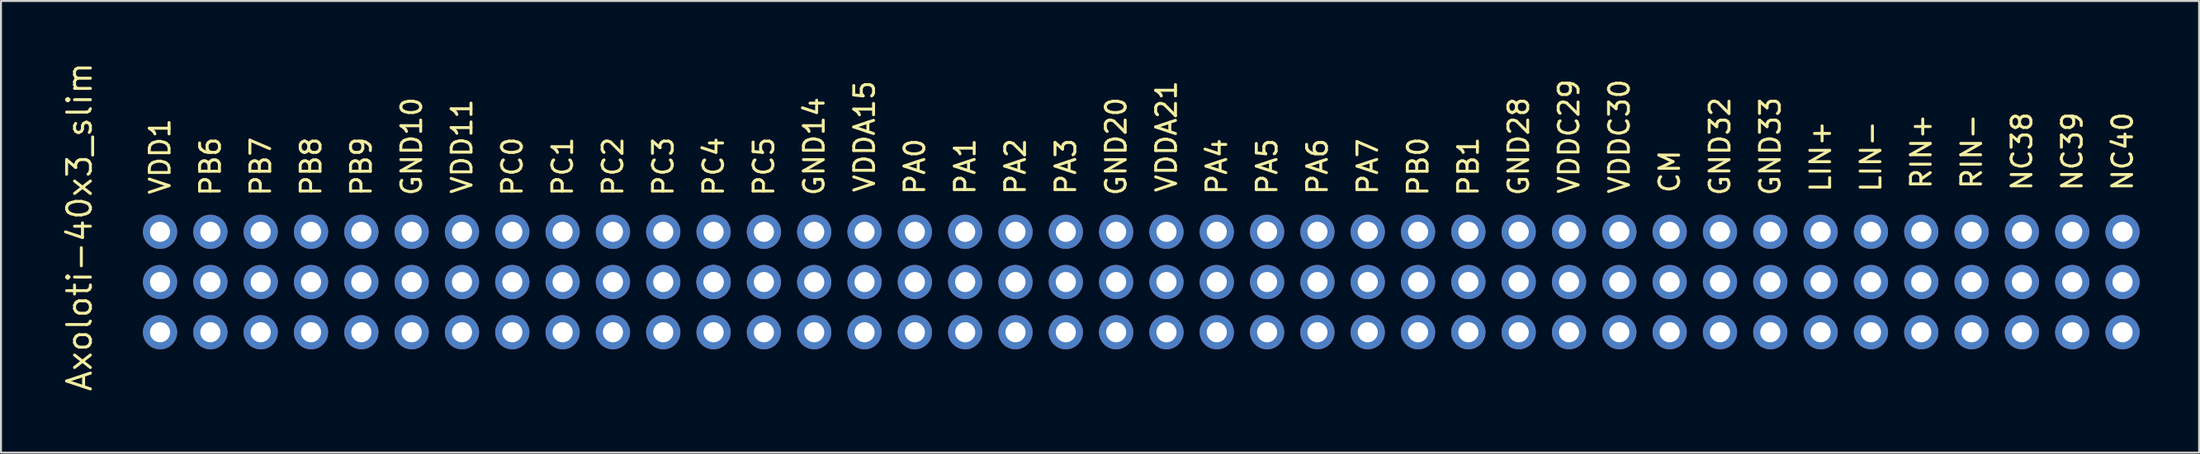
<source format=kicad_pcb>
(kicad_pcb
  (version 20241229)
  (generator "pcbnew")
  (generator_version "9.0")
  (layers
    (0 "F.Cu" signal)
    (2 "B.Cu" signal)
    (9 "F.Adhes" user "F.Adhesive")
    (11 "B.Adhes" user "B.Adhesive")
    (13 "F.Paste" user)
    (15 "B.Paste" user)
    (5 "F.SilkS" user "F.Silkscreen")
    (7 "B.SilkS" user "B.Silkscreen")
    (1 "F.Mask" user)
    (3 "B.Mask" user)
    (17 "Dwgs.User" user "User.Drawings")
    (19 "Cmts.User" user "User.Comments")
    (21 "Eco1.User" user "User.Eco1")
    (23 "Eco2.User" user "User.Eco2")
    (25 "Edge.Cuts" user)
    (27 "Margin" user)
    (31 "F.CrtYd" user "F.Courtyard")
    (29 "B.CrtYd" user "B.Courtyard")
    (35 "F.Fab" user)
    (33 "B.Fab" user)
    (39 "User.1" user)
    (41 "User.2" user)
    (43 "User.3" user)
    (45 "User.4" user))
  (footprint "Axoloti-40x3_slim"
    (layer "F.Cu")
    (at 5.029 11.213)
    (property "Reference" "Axoloti-40x3_slim" (at -4.064 -2.794 90) (layer "F.SilkS") (effects (font (size 1.2 1.2) (thickness 0.15))))
    (attr through_hole)
    (fp_text user "GND32" (at 78.74 -6.858 90) (layer "F.SilkS") (effects (font (size 1 1) (thickness 0.15))))
    (fp_text user "PC0" (at 17.78 -5.842 90) (layer "F.SilkS") (effects (font (size 1 1) (thickness 0.15))))
    (fp_text user "NC39" (at 96.52 -6.604 90) (layer "F.SilkS") (effects (font (size 1 1) (thickness 0.15))))
    (fp_text user "PA1" (at 40.64 -5.842 90) (layer "F.SilkS") (effects (font (size 1 1) (thickness 0.15))))
    (fp_text user "VDD1" (at 0 -6.35 90) (layer "F.SilkS") (effects (font (size 1 1) (thickness 0.15))))
    (fp_text user "VDDC29" (at 71.12 -7.366 90) (layer "F.SilkS") (effects (font (size 1 1) (thickness 0.15))))
    (fp_text user "PB8" (at 7.62 -5.842 90) (layer "F.SilkS") (effects (font (size 1 1) (thickness 0.15))))
    (fp_text user "PC1" (at 20.32 -5.842 90) (layer "F.SilkS") (effects (font (size 1 1) (thickness 0.15))))
    (fp_text user "LIN-" (at 86.36 -6.35 90) (layer "F.SilkS") (effects (font (size 1 1) (thickness 0.15))))
    (fp_text user "PB7" (at 5.08 -5.842 90) (layer "F.SilkS") (effects (font (size 1 1) (thickness 0.15))))
    (fp_text user "VDD11" (at 15.24 -6.858 90) (layer "F.SilkS") (effects (font (size 1 1) (thickness 0.15))))
    (fp_text user "VDDA15" (at 35.56 -7.366 90) (layer "F.SilkS") (effects (font (size 1 1) (thickness 0.15))))
    (fp_text user "RIN+" (at 88.9 -6.604 90) (layer "F.SilkS") (effects (font (size 1 1) (thickness 0.15))))
    (fp_text user "PB6" (at 2.54 -5.842 90) (layer "F.SilkS") (effects (font (size 1 1) (thickness 0.15))))
    (fp_text user "PC3" (at 25.4 -5.842 90) (layer "F.SilkS") (effects (font (size 1 1) (thickness 0.15))))
    (fp_text user "LIN+" (at 83.82 -6.35 90) (layer "F.SilkS") (effects (font (size 1 1) (thickness 0.15))))
    (fp_text user "PA7" (at 60.96 -5.842 90) (layer "F.SilkS") (effects (font (size 1 1) (thickness 0.15))))
    (fp_text user "PA5" (at 55.88 -5.842 90) (layer "F.SilkS") (effects (font (size 1 1) (thickness 0.15))))
    (fp_text user "VDDA21" (at 50.8 -7.366 90) (layer "F.SilkS") (effects (font (size 1 1) (thickness 0.15))))
    (fp_text user "PC5" (at 30.48 -5.842 90) (layer "F.SilkS") (effects (font (size 1 1) (thickness 0.15))))
    (fp_text user "GND14" (at 33.02 -6.858 90) (layer "F.SilkS") (effects (font (size 1 1) (thickness 0.15))))
    (fp_text user "PC4" (at 27.94 -5.842 90) (layer "F.SilkS") (effects (font (size 1 1) (thickness 0.15))))
    (fp_text user "PA6" (at 58.42 -5.842 90) (layer "F.SilkS") (effects (font (size 1 1) (thickness 0.15))))
    (fp_text user "CM" (at 76.2 -5.588 90) (layer "F.SilkS") (effects (font (size 1 1) (thickness 0.15))))
    (fp_text user "NC40" (at 99.06 -6.604 90) (layer "F.SilkS") (effects (font (size 1 1) (thickness 0.15))))
    (fp_text user "NC38" (at 93.98 -6.604 90) (layer "F.SilkS") (effects (font (size 1 1) (thickness 0.15))))
    (fp_text user "GND33" (at 81.28 -6.858 90) (layer "F.SilkS") (effects (font (size 1 1) (thickness 0.15))))
    (fp_text user "RIN-" (at 91.44 -6.604 90) (layer "F.SilkS") (effects (font (size 1 1) (thickness 0.15))))
    (fp_text user "VDDC30" (at 73.66 -7.366 90) (layer "F.SilkS") (effects (font (size 1 1) (thickness 0.15))))
    (fp_text user "PA3" (at 45.72 -5.842 90) (layer "F.SilkS") (effects (font (size 1 1) (thickness 0.15))))
    (fp_text user "PC2" (at 22.86 -5.842 90) (layer "F.SilkS") (effects (font (size 1 1) (thickness 0.15))))
    (fp_text user "GND28" (at 68.58 -6.858 90) (layer "F.SilkS") (effects (font (size 1 1) (thickness 0.15))))
    (fp_text user "PB9" (at 10.16 -5.842 90) (layer "F.SilkS") (effects (font (size 1 1) (thickness 0.15))))
    (fp_text user "PB0" (at 63.5 -5.842 90) (layer "F.SilkS") (effects (font (size 1 1) (thickness 0.15))))
    (fp_text user "PB1" (at 66.04 -5.842 90) (layer "F.SilkS") (effects (font (size 1 1) (thickness 0.15))))
    (fp_text user "PA0" (at 38.1 -5.842 90) (layer "F.SilkS") (effects (font (size 1 1) (thickness 0.15))))
    (fp_text user "PA2" (at 43.18 -5.842 90) (layer "F.SilkS") (effects (font (size 1 1) (thickness 0.15))))
    (fp_text user "GND10" (at 12.7 -6.858 90) (layer "F.SilkS") (effects (font (size 1 1) (thickness 0.15))))
    (fp_text user "PA4" (at 53.34 -5.842 90) (layer "F.SilkS") (effects (font (size 1 1) (thickness 0.15))))
    (fp_text user "GND20" (at 48.26 -6.858 90) (layer "F.SilkS") (effects (font (size 1 1) (thickness 0.15))))
    (pad "1" thru_hole circle (at 0 -2.54) (size 1.727 1.727) (drill 1.016) (layers "*.Cu" "*.Mask"))
    (pad "1" thru_hole circle (at 0 0) (size 1.727 1.727) (drill 1.016) (layers "*.Cu" "*.Mask"))
    (pad "1" thru_hole circle (at 0 2.54) (size 1.727 1.727) (drill 1.016) (layers "*.Cu" "*.Mask"))
    (pad "2" thru_hole circle (at 2.54 -2.54) (size 1.727 1.727) (drill 1.016) (layers "*.Cu" "*.Mask"))
    (pad "2" thru_hole circle (at 2.54 0) (size 1.727 1.727) (drill 1.016) (layers "*.Cu" "*.Mask"))
    (pad "2" thru_hole circle (at 2.54 2.54) (size 1.727 1.727) (drill 1.016) (layers "*.Cu" "*.Mask"))
    (pad "3" thru_hole circle (at 5.08 -2.54) (size 1.727 1.727) (drill 1.016) (layers "*.Cu" "*.Mask"))
    (pad "3" thru_hole circle (at 5.08 0) (size 1.727 1.727) (drill 1.016) (layers "*.Cu" "*.Mask"))
    (pad "3" thru_hole circle (at 5.08 2.54) (size 1.727 1.727) (drill 1.016) (layers "*.Cu" "*.Mask"))
    (pad "4" thru_hole circle (at 7.62 -2.54) (size 1.727 1.727) (drill 1.016) (layers "*.Cu" "*.Mask"))
    (pad "4" thru_hole circle (at 7.62 0) (size 1.727 1.727) (drill 1.016) (layers "*.Cu" "*.Mask"))
    (pad "4" thru_hole circle (at 7.62 2.54) (size 1.727 1.727) (drill 1.016) (layers "*.Cu" "*.Mask"))
    (pad "5" thru_hole circle (at 10.16 -2.54) (size 1.727 1.727) (drill 1.016) (layers "*.Cu" "*.Mask"))
    (pad "5" thru_hole circle (at 10.16 0) (size 1.727 1.727) (drill 1.016) (layers "*.Cu" "*.Mask"))
    (pad "5" thru_hole circle (at 10.16 2.54) (size 1.727 1.727) (drill 1.016) (layers "*.Cu" "*.Mask"))
    (pad "6" thru_hole circle (at 12.7 -2.54) (size 1.727 1.727) (drill 1.016) (layers "*.Cu" "*.Mask"))
    (pad "6" thru_hole circle (at 12.7 0) (size 1.727 1.727) (drill 1.016) (layers "*.Cu" "*.Mask"))
    (pad "6" thru_hole circle (at 12.7 2.54) (size 1.727 1.727) (drill 1.016) (layers "*.Cu" "*.Mask"))
    (pad "7" thru_hole circle (at 15.24 -2.54) (size 1.727 1.727) (drill 1.016) (layers "*.Cu" "*.Mask"))
    (pad "7" thru_hole circle (at 15.24 0) (size 1.727 1.727) (drill 1.016) (layers "*.Cu" "*.Mask"))
    (pad "7" thru_hole circle (at 15.24 2.54) (size 1.727 1.727) (drill 1.016) (layers "*.Cu" "*.Mask"))
    (pad "8" thru_hole circle (at 17.78 -2.54) (size 1.727 1.727) (drill 1.016) (layers "*.Cu" "*.Mask"))
    (pad "8" thru_hole circle (at 17.78 0) (size 1.727 1.727) (drill 1.016) (layers "*.Cu" "*.Mask"))
    (pad "8" thru_hole circle (at 17.78 2.54) (size 1.727 1.727) (drill 1.016) (layers "*.Cu" "*.Mask"))
    (pad "9" thru_hole circle (at 20.32 -2.54) (size 1.727 1.727) (drill 1.016) (layers "*.Cu" "*.Mask"))
    (pad "9" thru_hole circle (at 20.32 0) (size 1.727 1.727) (drill 1.016) (layers "*.Cu" "*.Mask"))
    (pad "9" thru_hole circle (at 20.32 2.54) (size 1.727 1.727) (drill 1.016) (layers "*.Cu" "*.Mask"))
    (pad "10" thru_hole circle (at 22.86 -2.54) (size 1.727 1.727) (drill 1.016) (layers "*.Cu" "*.Mask"))
    (pad "10" thru_hole circle (at 22.86 0) (size 1.727 1.727) (drill 1.016) (layers "*.Cu" "*.Mask"))
    (pad "10" thru_hole circle (at 22.86 2.54) (size 1.727 1.727) (drill 1.016) (layers "*.Cu" "*.Mask"))
    (pad "11" thru_hole circle (at 25.4 -2.54) (size 1.727 1.727) (drill 1.016) (layers "*.Cu" "*.Mask"))
    (pad "11" thru_hole circle (at 25.4 0) (size 1.727 1.727) (drill 1.016) (layers "*.Cu" "*.Mask"))
    (pad "11" thru_hole circle (at 25.4 2.54) (size 1.727 1.727) (drill 1.016) (layers "*.Cu" "*.Mask"))
    (pad "12" thru_hole circle (at 27.94 -2.54) (size 1.727 1.727) (drill 1.016) (layers "*.Cu" "*.Mask"))
    (pad "12" thru_hole circle (at 27.94 0) (size 1.727 1.727) (drill 1.016) (layers "*.Cu" "*.Mask"))
    (pad "12" thru_hole circle (at 27.94 0) (size 1.727 1.727) (drill 1.016) (layers "*.Cu" "*.Mask"))
    (pad "12" thru_hole circle (at 27.94 2.54) (size 1.727 1.727) (drill 1.016) (layers "*.Cu" "*.Mask"))
    (pad "13" thru_hole circle (at 30.48 -2.54) (size 1.727 1.727) (drill 1.016) (layers "*.Cu" "*.Mask"))
    (pad "13" thru_hole circle (at 30.48 0) (size 1.727 1.727) (drill 1.016) (layers "*.Cu" "*.Mask"))
    (pad "13" thru_hole circle (at 30.48 2.54) (size 1.727 1.727) (drill 1.016) (layers "*.Cu" "*.Mask"))
    (pad "14" thru_hole circle (at 33.02 -2.54) (size 1.727 1.727) (drill 1.016) (layers "*.Cu" "*.Mask"))
    (pad "14" thru_hole circle (at 33.02 0) (size 1.727 1.727) (drill 1.016) (layers "*.Cu" "*.Mask"))
    (pad "14" thru_hole circle (at 33.02 2.54) (size 1.727 1.727) (drill 1.016) (layers "*.Cu" "*.Mask"))
    (pad "15" thru_hole circle (at 35.56 -2.54) (size 1.727 1.727) (drill 1.016) (layers "*.Cu" "*.Mask"))
    (pad "15" thru_hole circle (at 35.56 0) (size 1.727 1.727) (drill 1.016) (layers "*.Cu" "*.Mask"))
    (pad "15" thru_hole circle (at 35.56 2.54) (size 1.727 1.727) (drill 1.016) (layers "*.Cu" "*.Mask"))
    (pad "16" thru_hole circle (at 38.1 -2.54) (size 1.727 1.727) (drill 1.016) (layers "*.Cu" "*.Mask"))
    (pad "16" thru_hole circle (at 38.1 0) (size 1.727 1.727) (drill 1.016) (layers "*.Cu" "*.Mask"))
    (pad "16" thru_hole circle (at 38.1 2.54) (size 1.727 1.727) (drill 1.016) (layers "*.Cu" "*.Mask"))
    (pad "17" thru_hole circle (at 40.64 -2.54) (size 1.727 1.727) (drill 1.016) (layers "*.Cu" "*.Mask"))
    (pad "17" thru_hole circle (at 40.64 0) (size 1.727 1.727) (drill 1.016) (layers "*.Cu" "*.Mask"))
    (pad "17" thru_hole circle (at 40.64 2.54) (size 1.727 1.727) (drill 1.016) (layers "*.Cu" "*.Mask"))
    (pad "18" thru_hole circle (at 43.18 -2.54) (size 1.727 1.727) (drill 1.016) (layers "*.Cu" "*.Mask"))
    (pad "18" thru_hole circle (at 43.18 0) (size 1.727 1.727) (drill 1.016) (layers "*.Cu" "*.Mask"))
    (pad "18" thru_hole circle (at 43.18 2.54) (size 1.727 1.727) (drill 1.016) (layers "*.Cu" "*.Mask"))
    (pad "19" thru_hole circle (at 45.72 -2.54) (size 1.727 1.727) (drill 1.016) (layers "*.Cu" "*.Mask"))
    (pad "19" thru_hole circle (at 45.72 0) (size 1.727 1.727) (drill 1.016) (layers "*.Cu" "*.Mask"))
    (pad "19" thru_hole circle (at 45.72 2.54) (size 1.727 1.727) (drill 1.016) (layers "*.Cu" "*.Mask"))
    (pad "20" thru_hole circle (at 48.26 -2.54) (size 1.727 1.727) (drill 1.016) (layers "*.Cu" "*.Mask"))
    (pad "20" thru_hole circle (at 48.26 0) (size 1.727 1.727) (drill 1.016) (layers "*.Cu" "*.Mask"))
    (pad "20" thru_hole circle (at 48.26 2.54) (size 1.727 1.727) (drill 1.016) (layers "*.Cu" "*.Mask"))
    (pad "21" thru_hole circle (at 50.8 -2.54) (size 1.727 1.727) (drill 1.016) (layers "*.Cu" "*.Mask"))
    (pad "21" thru_hole circle (at 50.8 0) (size 1.727 1.727) (drill 1.016) (layers "*.Cu" "*.Mask"))
    (pad "21" thru_hole circle (at 50.8 2.54) (size 1.727 1.727) (drill 1.016) (layers "*.Cu" "*.Mask"))
    (pad "22" thru_hole circle (at 53.34 -2.54) (size 1.727 1.727) (drill 1.016) (layers "*.Cu" "*.Mask"))
    (pad "22" thru_hole circle (at 53.34 0) (size 1.727 1.727) (drill 1.016) (layers "*.Cu" "*.Mask"))
    (pad "22" thru_hole circle (at 53.34 2.54) (size 1.727 1.727) (drill 1.016) (layers "*.Cu" "*.Mask"))
    (pad "23" thru_hole circle (at 55.88 -2.54) (size 1.727 1.727) (drill 1.016) (layers "*.Cu" "*.Mask"))
    (pad "23" thru_hole circle (at 55.88 0) (size 1.727 1.727) (drill 1.016) (layers "*.Cu" "*.Mask"))
    (pad "23" thru_hole circle (at 55.88 2.54) (size 1.727 1.727) (drill 1.016) (layers "*.Cu" "*.Mask"))
    (pad "24" thru_hole circle (at 58.42 -2.54) (size 1.727 1.727) (drill 1.016) (layers "*.Cu" "*.Mask"))
    (pad "24" thru_hole circle (at 58.42 0) (size 1.727 1.727) (drill 1.016) (layers "*.Cu" "*.Mask"))
    (pad "24" thru_hole circle (at 58.42 2.54) (size 1.727 1.727) (drill 1.016) (layers "*.Cu" "*.Mask"))
    (pad "25" thru_hole circle (at 60.96 -2.54) (size 1.727 1.727) (drill 1.016) (layers "*.Cu" "*.Mask"))
    (pad "25" thru_hole circle (at 60.96 0) (size 1.727 1.727) (drill 1.016) (layers "*.Cu" "*.Mask"))
    (pad "25" thru_hole circle (at 60.96 2.54) (size 1.727 1.727) (drill 1.016) (layers "*.Cu" "*.Mask"))
    (pad "26" thru_hole circle (at 63.5 -2.54) (size 1.727 1.727) (drill 1.016) (layers "*.Cu" "*.Mask"))
    (pad "26" thru_hole circle (at 63.5 0) (size 1.727 1.727) (drill 1.016) (layers "*.Cu" "*.Mask"))
    (pad "26" thru_hole circle (at 63.5 2.54) (size 1.727 1.727) (drill 1.016) (layers "*.Cu" "*.Mask"))
    (pad "27" thru_hole circle (at 66.04 -2.54) (size 1.727 1.727) (drill 1.016) (layers "*.Cu" "*.Mask"))
    (pad "27" thru_hole circle (at 66.04 0) (size 1.727 1.727) (drill 1.016) (layers "*.Cu" "*.Mask"))
    (pad "27" thru_hole circle (at 66.04 2.54) (size 1.727 1.727) (drill 1.016) (layers "*.Cu" "*.Mask"))
    (pad "28" thru_hole circle (at 68.58 -2.54) (size 1.727 1.727) (drill 1.016) (layers "*.Cu" "*.Mask"))
    (pad "28" thru_hole circle (at 68.58 0) (size 1.727 1.727) (drill 1.016) (layers "*.Cu" "*.Mask"))
    (pad "28" thru_hole circle (at 68.58 2.54) (size 1.727 1.727) (drill 1.016) (layers "*.Cu" "*.Mask"))
    (pad "29" thru_hole circle (at 71.12 -2.54) (size 1.727 1.727) (drill 1.016) (layers "*.Cu" "*.Mask"))
    (pad "29" thru_hole circle (at 71.12 0) (size 1.727 1.727) (drill 1.016) (layers "*.Cu" "*.Mask"))
    (pad "29" thru_hole circle (at 71.12 2.54) (size 1.727 1.727) (drill 1.016) (layers "*.Cu" "*.Mask"))
    (pad "30" thru_hole circle (at 73.66 -2.54) (size 1.727 1.727) (drill 1.016) (layers "*.Cu" "*.Mask"))
    (pad "30" thru_hole circle (at 73.66 0) (size 1.727 1.727) (drill 1.016) (layers "*.Cu" "*.Mask"))
    (pad "30" thru_hole circle (at 73.66 2.54) (size 1.727 1.727) (drill 1.016) (layers "*.Cu" "*.Mask"))
    (pad "31" thru_hole circle (at 76.2 -2.54) (size 1.727 1.727) (drill 1.016) (layers "*.Cu" "*.Mask"))
    (pad "31" thru_hole circle (at 76.2 0) (size 1.727 1.727) (drill 1.016) (layers "*.Cu" "*.Mask"))
    (pad "31" thru_hole circle (at 76.2 2.54) (size 1.727 1.727) (drill 1.016) (layers "*.Cu" "*.Mask"))
    (pad "32" thru_hole circle (at 78.74 -2.54) (size 1.727 1.727) (drill 1.016) (layers "*.Cu" "*.Mask"))
    (pad "32" thru_hole circle (at 78.74 0) (size 1.727 1.727) (drill 1.016) (layers "*.Cu" "*.Mask"))
    (pad "32" thru_hole circle (at 78.74 2.54) (size 1.727 1.727) (drill 1.016) (layers "*.Cu" "*.Mask"))
    (pad "33" thru_hole circle (at 81.28 -2.54) (size 1.727 1.727) (drill 1.016) (layers "*.Cu" "*.Mask"))
    (pad "33" thru_hole circle (at 81.28 0) (size 1.727 1.727) (drill 1.016) (layers "*.Cu" "*.Mask"))
    (pad "33" thru_hole circle (at 81.28 2.54) (size 1.727 1.727) (drill 1.016) (layers "*.Cu" "*.Mask"))
    (pad "34" thru_hole circle (at 83.82 -2.54) (size 1.727 1.727) (drill 1.016) (layers "*.Cu" "*.Mask"))
    (pad "34" thru_hole circle (at 83.82 0) (size 1.727 1.727) (drill 1.016) (layers "*.Cu" "*.Mask"))
    (pad "34" thru_hole circle (at 83.82 2.54) (size 1.727 1.727) (drill 1.016) (layers "*.Cu" "*.Mask"))
    (pad "35" thru_hole circle (at 86.36 -2.54) (size 1.727 1.727) (drill 1.016) (layers "*.Cu" "*.Mask"))
    (pad "35" thru_hole circle (at 86.36 0) (size 1.727 1.727) (drill 1.016) (layers "*.Cu" "*.Mask"))
    (pad "35" thru_hole circle (at 86.36 2.54) (size 1.727 1.727) (drill 1.016) (layers "*.Cu" "*.Mask"))
    (pad "36" thru_hole circle (at 88.9 -2.54) (size 1.727 1.727) (drill 1.016) (layers "*.Cu" "*.Mask"))
    (pad "36" thru_hole circle (at 88.9 0) (size 1.727 1.727) (drill 1.016) (layers "*.Cu" "*.Mask"))
    (pad "36" thru_hole circle (at 88.9 2.54) (size 1.727 1.727) (drill 1.016) (layers "*.Cu" "*.Mask"))
    (pad "37" thru_hole circle (at 91.44 -2.54) (size 1.727 1.727) (drill 1.016) (layers "*.Cu" "*.Mask"))
    (pad "37" thru_hole circle (at 91.44 0) (size 1.727 1.727) (drill 1.016) (layers "*.Cu" "*.Mask"))
    (pad "37" thru_hole circle (at 91.44 2.54) (size 1.727 1.727) (drill 1.016) (layers "*.Cu" "*.Mask"))
    (pad "38" thru_hole circle (at 93.98 -2.54) (size 1.727 1.727) (drill 1.016) (layers "*.Cu" "*.Mask"))
    (pad "38" thru_hole circle (at 93.98 0) (size 1.727 1.727) (drill 1.016) (layers "*.Cu" "*.Mask"))
    (pad "38" thru_hole circle (at 93.98 2.54) (size 1.727 1.727) (drill 1.016) (layers "*.Cu" "*.Mask"))
    (pad "39" thru_hole circle (at 96.52 -2.54) (size 1.727 1.727) (drill 1.016) (layers "*.Cu" "*.Mask"))
    (pad "39" thru_hole circle (at 96.52 0) (size 1.727 1.727) (drill 1.016) (layers "*.Cu" "*.Mask"))
    (pad "39" thru_hole circle (at 96.52 2.54) (size 1.727 1.727) (drill 1.016) (layers "*.Cu" "*.Mask"))
    (pad "40" thru_hole circle (at 99.06 -2.54) (size 1.727 1.727) (drill 1.016) (layers "*.Cu" "*.Mask"))
    (pad "40" thru_hole circle (at 99.06 0) (size 1.727 1.727) (drill 1.016) (layers "*.Cu" "*.Mask"))
    (pad "40" thru_hole circle (at 99.06 2.54) (size 1.727 1.727) (drill 1.016) (layers "*.Cu" "*.Mask")))
  (gr_rect
    (start -3 -3)
    (end 107.953 19.839)
    (stroke (width 0.1) (type default))
    (fill no)
    (layer "Edge.Cuts")))
</source>
